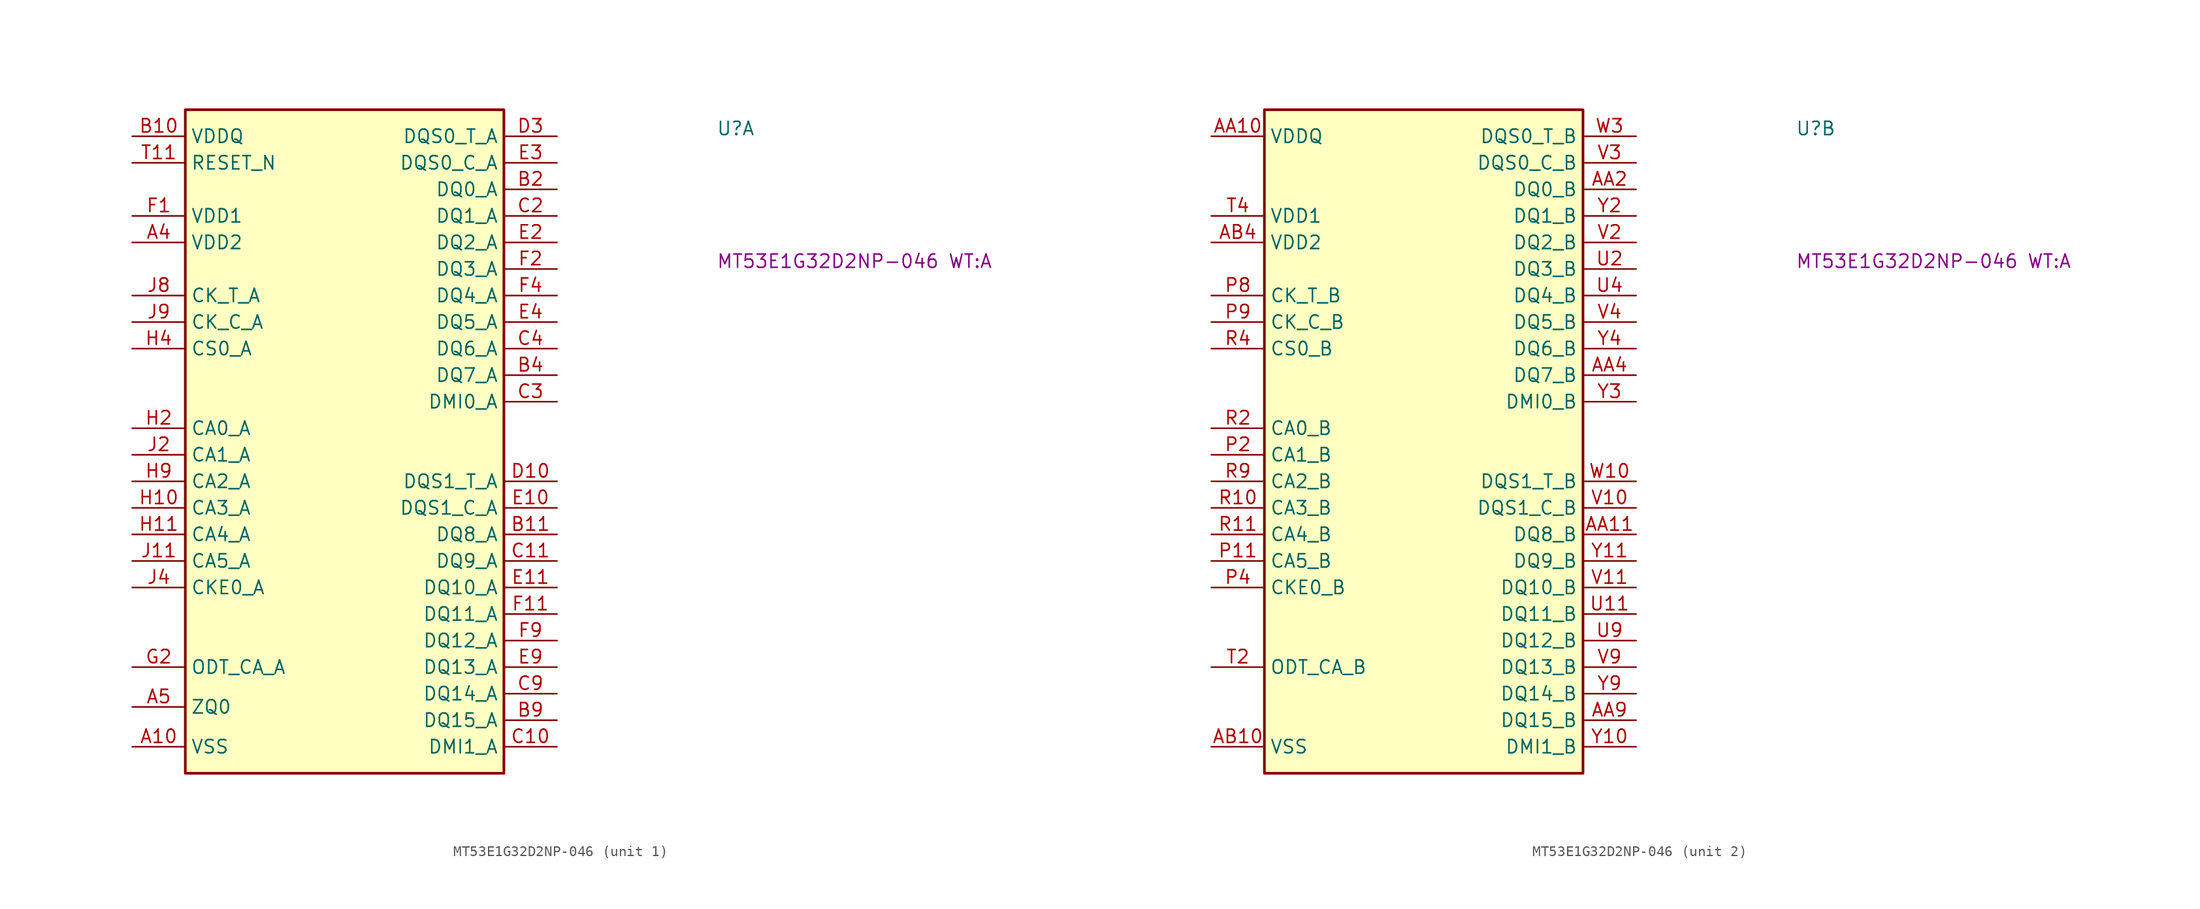
<source format=kicad_sym>
(kicad_symbol_lib
  (version 20220914)
  (generator kicad_symbol_editor)
  (symbol "MT53E1G32D2NP-046"
    (property "Reference" "U"
      (at 55.88 0 0)
      (effects (font (size 1.27 1.27) (thickness 0.15)) (justify left bottom)))
    (property "MPN" "MT53E1G32D2NP-046 WT:A"
      (at 55.88 -12.7 0)
      (effects (font (size 1.27 1.27) (thickness 0.15)) (justify left bottom)))
    (property "ki_locked" ""
      (at 0 0 0)
      (effects (font (size 1.27 1.27))))
    (symbol "MT53E1G32D2NP-046_1_1"
      (rectangle (start 5.08 2.54) (end 35.56 -60.96) (stroke (width 0.254) (type default)) (fill (type background)))
      (pin no_connect line (at 17.78 -60.96 90) (length 5.08) hide (name "DNU" (effects (font (size 1.27 1.27)))) (number "A1" (effects (font (size 1.27 1.27)))))
      (pin power_in line (at 0 -58.42 0) (length 5.08) (name "VSS" (effects (font (size 1.27 1.27)))) (number "A10" (effects (font (size 1.27 1.27)))))
      (pin no_connect line (at 20.32 -60.96 90) (length 5.08) hide (name "DNU" (effects (font (size 1.27 1.27)))) (number "A11" (effects (font (size 1.27 1.27)))))
      (pin no_connect line (at 22.86 -60.96 90) (length 5.08) hide (name "DNU" (effects (font (size 1.27 1.27)))) (number "A12" (effects (font (size 1.27 1.27)))))
      (pin no_connect line (at 5.08 -22.86 0) (length 5.08) hide (name "DNU" (effects (font (size 1.27 1.27)))) (number "A2" (effects (font (size 1.27 1.27)))))
      (pin passive line (at 0 -58.42 0) (length 5.08) hide (name "VSS" (effects (font (size 1.27 1.27)))) (number "A3" (effects (font (size 1.27 1.27)))))
      (pin power_in line (at 0 -10.16 0) (length 5.08) (name "VDD2" (effects (font (size 1.27 1.27)))) (number "A4" (effects (font (size 1.27 1.27)))))
      (pin input line (at 0 -54.61 0) (length 5.08) (name "ZQ0" (effects (font (size 1.27 1.27)))) (number "A5" (effects (font (size 1.27 1.27)))))
      (pin passive line (at 0 -10.16 0) (length 5.08) hide (name "VDD2" (effects (font (size 1.27 1.27)))) (number "A9" (effects (font (size 1.27 1.27)))))
      (pin no_connect line (at 5.08 -45.72 0) (length 5.08) hide (name "DNU" (effects (font (size 1.27 1.27)))) (number "B1" (effects (font (size 1.27 1.27)))))
      (pin power_in line (at 0 0 0) (length 5.08) (name "VDDQ" (effects (font (size 1.27 1.27)))) (number "B10" (effects (font (size 1.27 1.27)))))
      (pin bidirectional line (at 40.64 -38.1 180) (length 5.08) (name "DQ8_A" (effects (font (size 1.27 1.27)))) (number "B11" (effects (font (size 1.27 1.27)))))
      (pin no_connect line (at 5.08 -25.4 0) (length 5.08) hide (name "DNU" (effects (font (size 1.27 1.27)))) (number "B12" (effects (font (size 1.27 1.27)))))
      (pin bidirectional line (at 40.64 -5.08 180) (length 5.08) (name "DQ0_A" (effects (font (size 1.27 1.27)))) (number "B2" (effects (font (size 1.27 1.27)))))
      (pin passive line (at 0 0 0) (length 5.08) hide (name "VDDQ" (effects (font (size 1.27 1.27)))) (number "B3" (effects (font (size 1.27 1.27)))))
      (pin bidirectional line (at 40.64 -22.86 180) (length 5.08) (name "DQ7_A" (effects (font (size 1.27 1.27)))) (number "B4" (effects (font (size 1.27 1.27)))))
      (pin passive line (at 0 0 0) (length 5.08) hide (name "VDDQ" (effects (font (size 1.27 1.27)))) (number "B5" (effects (font (size 1.27 1.27)))))
      (pin passive line (at 0 0 0) (length 5.08) hide (name "VDDQ" (effects (font (size 1.27 1.27)))) (number "B8" (effects (font (size 1.27 1.27)))))
      (pin bidirectional line (at 40.64 -55.88 180) (length 5.08) (name "DQ15_A" (effects (font (size 1.27 1.27)))) (number "B9" (effects (font (size 1.27 1.27)))))
      (pin passive line (at 0 -58.42 0) (length 5.08) hide (name "VSS" (effects (font (size 1.27 1.27)))) (number "C1" (effects (font (size 1.27 1.27)))))
      (pin bidirectional line (at 40.64 -58.42 180) (length 5.08) (name "DMI1_A" (effects (font (size 1.27 1.27)))) (number "C10" (effects (font (size 1.27 1.27)))))
      (pin bidirectional line (at 40.64 -40.64 180) (length 5.08) (name "DQ9_A" (effects (font (size 1.27 1.27)))) (number "C11" (effects (font (size 1.27 1.27)))))
      (pin passive line (at 0 -58.42 0) (length 5.08) hide (name "VSS" (effects (font (size 1.27 1.27)))) (number "C12" (effects (font (size 1.27 1.27)))))
      (pin bidirectional line (at 40.64 -7.62 180) (length 5.08) (name "DQ1_A" (effects (font (size 1.27 1.27)))) (number "C2" (effects (font (size 1.27 1.27)))))
      (pin bidirectional line (at 40.64 -25.4 180) (length 5.08) (name "DMI0_A" (effects (font (size 1.27 1.27)))) (number "C3" (effects (font (size 1.27 1.27)))))
      (pin bidirectional line (at 40.64 -20.32 180) (length 5.08) (name "DQ6_A" (effects (font (size 1.27 1.27)))) (number "C4" (effects (font (size 1.27 1.27)))))
      (pin passive line (at 0 -58.42 0) (length 5.08) hide (name "VSS" (effects (font (size 1.27 1.27)))) (number "C5" (effects (font (size 1.27 1.27)))))
      (pin passive line (at 0 -58.42 0) (length 5.08) hide (name "VSS" (effects (font (size 1.27 1.27)))) (number "C8" (effects (font (size 1.27 1.27)))))
      (pin bidirectional line (at 40.64 -53.34 180) (length 5.08) (name "DQ14_A" (effects (font (size 1.27 1.27)))) (number "C9" (effects (font (size 1.27 1.27)))))
      (pin passive line (at 0 0 0) (length 5.08) hide (name "VDDQ" (effects (font (size 1.27 1.27)))) (number "D1" (effects (font (size 1.27 1.27)))))
      (pin bidirectional line (at 40.64 -33.02 180) (length 5.08) (name "DQS1_T_A" (effects (font (size 1.27 1.27)))) (number "D10" (effects (font (size 1.27 1.27)))))
      (pin passive line (at 0 -58.42 0) (length 5.08) hide (name "VSS" (effects (font (size 1.27 1.27)))) (number "D11" (effects (font (size 1.27 1.27)))))
      (pin passive line (at 0 0 0) (length 5.08) hide (name "VDDQ" (effects (font (size 1.27 1.27)))) (number "D12" (effects (font (size 1.27 1.27)))))
      (pin passive line (at 0 -58.42 0) (length 5.08) hide (name "VSS" (effects (font (size 1.27 1.27)))) (number "D2" (effects (font (size 1.27 1.27)))))
      (pin bidirectional line (at 40.64 0 180) (length 5.08) (name "DQS0_T_A" (effects (font (size 1.27 1.27)))) (number "D3" (effects (font (size 1.27 1.27)))))
      (pin passive line (at 0 -58.42 0) (length 5.08) hide (name "VSS" (effects (font (size 1.27 1.27)))) (number "D4" (effects (font (size 1.27 1.27)))))
      (pin passive line (at 0 0 0) (length 5.08) hide (name "VDDQ" (effects (font (size 1.27 1.27)))) (number "D5" (effects (font (size 1.27 1.27)))))
      (pin passive line (at 0 0 0) (length 5.08) hide (name "VDDQ" (effects (font (size 1.27 1.27)))) (number "D8" (effects (font (size 1.27 1.27)))))
      (pin passive line (at 0 -58.42 0) (length 5.08) hide (name "VSS" (effects (font (size 1.27 1.27)))) (number "D9" (effects (font (size 1.27 1.27)))))
      (pin passive line (at 0 -58.42 0) (length 5.08) hide (name "VSS" (effects (font (size 1.27 1.27)))) (number "E1" (effects (font (size 1.27 1.27)))))
      (pin bidirectional line (at 40.64 -35.56 180) (length 5.08) (name "DQS1_C_A" (effects (font (size 1.27 1.27)))) (number "E10" (effects (font (size 1.27 1.27)))))
      (pin bidirectional line (at 40.64 -43.18 180) (length 5.08) (name "DQ10_A" (effects (font (size 1.27 1.27)))) (number "E11" (effects (font (size 1.27 1.27)))))
      (pin passive line (at 0 -58.42 0) (length 5.08) hide (name "VSS" (effects (font (size 1.27 1.27)))) (number "E12" (effects (font (size 1.27 1.27)))))
      (pin bidirectional line (at 40.64 -10.16 180) (length 5.08) (name "DQ2_A" (effects (font (size 1.27 1.27)))) (number "E2" (effects (font (size 1.27 1.27)))))
      (pin bidirectional line (at 40.64 -2.54 180) (length 5.08) (name "DQS0_C_A" (effects (font (size 1.27 1.27)))) (number "E3" (effects (font (size 1.27 1.27)))))
      (pin bidirectional line (at 40.64 -17.78 180) (length 5.08) (name "DQ5_A" (effects (font (size 1.27 1.27)))) (number "E4" (effects (font (size 1.27 1.27)))))
      (pin passive line (at 0 -58.42 0) (length 5.08) hide (name "VSS" (effects (font (size 1.27 1.27)))) (number "E5" (effects (font (size 1.27 1.27)))))
      (pin passive line (at 0 -58.42 0) (length 5.08) hide (name "VSS" (effects (font (size 1.27 1.27)))) (number "E8" (effects (font (size 1.27 1.27)))))
      (pin bidirectional line (at 40.64 -50.8 180) (length 5.08) (name "DQ13_A" (effects (font (size 1.27 1.27)))) (number "E9" (effects (font (size 1.27 1.27)))))
      (pin power_in line (at 0 -7.62 0) (length 5.08) (name "VDD1" (effects (font (size 1.27 1.27)))) (number "F1" (effects (font (size 1.27 1.27)))))
      (pin passive line (at 0 0 0) (length 5.08) hide (name "VDDQ" (effects (font (size 1.27 1.27)))) (number "F10" (effects (font (size 1.27 1.27)))))
      (pin bidirectional line (at 40.64 -45.72 180) (length 5.08) (name "DQ11_A" (effects (font (size 1.27 1.27)))) (number "F11" (effects (font (size 1.27 1.27)))))
      (pin passive line (at 0 -7.62 0) (length 5.08) hide (name "VDD1" (effects (font (size 1.27 1.27)))) (number "F12" (effects (font (size 1.27 1.27)))))
      (pin bidirectional line (at 40.64 -12.7 180) (length 5.08) (name "DQ3_A" (effects (font (size 1.27 1.27)))) (number "F2" (effects (font (size 1.27 1.27)))))
      (pin passive line (at 0 0 0) (length 5.08) hide (name "VDDQ" (effects (font (size 1.27 1.27)))) (number "F3" (effects (font (size 1.27 1.27)))))
      (pin bidirectional line (at 40.64 -15.24 180) (length 5.08) (name "DQ4_A" (effects (font (size 1.27 1.27)))) (number "F4" (effects (font (size 1.27 1.27)))))
      (pin passive line (at 0 -10.16 0) (length 5.08) hide (name "VDD2" (effects (font (size 1.27 1.27)))) (number "F5" (effects (font (size 1.27 1.27)))))
      (pin passive line (at 0 -10.16 0) (length 5.08) hide (name "VDD2" (effects (font (size 1.27 1.27)))) (number "F8" (effects (font (size 1.27 1.27)))))
      (pin bidirectional line (at 40.64 -48.26 180) (length 5.08) (name "DQ12_A" (effects (font (size 1.27 1.27)))) (number "F9" (effects (font (size 1.27 1.27)))))
      (pin passive line (at 0 -58.42 0) (length 5.08) hide (name "VSS" (effects (font (size 1.27 1.27)))) (number "G1" (effects (font (size 1.27 1.27)))))
      (pin passive line (at 0 -58.42 0) (length 5.08) hide (name "VSS" (effects (font (size 1.27 1.27)))) (number "G10" (effects (font (size 1.27 1.27)))))
      (pin passive line (at 0 -58.42 0) (length 5.08) hide (name "VSS" (effects (font (size 1.27 1.27)))) (number "G12" (effects (font (size 1.27 1.27)))))
      (pin input line (at 0 -50.8 0) (length 5.08) (name "ODT_CA_A" (effects (font (size 1.27 1.27)))) (number "G2" (effects (font (size 1.27 1.27)))))
      (pin passive line (at 0 -58.42 0) (length 5.08) hide (name "VSS" (effects (font (size 1.27 1.27)))) (number "G3" (effects (font (size 1.27 1.27)))))
      (pin passive line (at 0 -7.62 0) (length 5.08) hide (name "VDD1" (effects (font (size 1.27 1.27)))) (number "G4" (effects (font (size 1.27 1.27)))))
      (pin passive line (at 0 -58.42 0) (length 5.08) hide (name "VSS" (effects (font (size 1.27 1.27)))) (number "G5" (effects (font (size 1.27 1.27)))))
      (pin passive line (at 0 -58.42 0) (length 5.08) hide (name "VSS" (effects (font (size 1.27 1.27)))) (number "G8" (effects (font (size 1.27 1.27)))))
      (pin passive line (at 0 -7.62 0) (length 5.08) hide (name "VDD1" (effects (font (size 1.27 1.27)))) (number "G9" (effects (font (size 1.27 1.27)))))
      (pin passive line (at 0 -10.16 0) (length 5.08) hide (name "VDD2" (effects (font (size 1.27 1.27)))) (number "H1" (effects (font (size 1.27 1.27)))))
      (pin input line (at 0 -35.56 0) (length 5.08) (name "CA3_A" (effects (font (size 1.27 1.27)))) (number "H10" (effects (font (size 1.27 1.27)))))
      (pin input line (at 0 -38.1 0) (length 5.08) (name "CA4_A" (effects (font (size 1.27 1.27)))) (number "H11" (effects (font (size 1.27 1.27)))))
      (pin passive line (at 0 -10.16 0) (length 5.08) hide (name "VDD2" (effects (font (size 1.27 1.27)))) (number "H12" (effects (font (size 1.27 1.27)))))
      (pin input line (at 0 -27.94 0) (length 5.08) (name "CA0_A" (effects (font (size 1.27 1.27)))) (number "H2" (effects (font (size 1.27 1.27)))))
      (pin no_connect line (at 5.08 -48.26 0) (length 5.08) hide (name "NC" (effects (font (size 1.27 1.27)))) (number "H3" (effects (font (size 1.27 1.27)))))
      (pin input line (at 0 -20.32 0) (length 5.08) (name "CS0_A" (effects (font (size 1.27 1.27)))) (number "H4" (effects (font (size 1.27 1.27)))))
      (pin passive line (at 0 -10.16 0) (length 5.08) hide (name "VDD2" (effects (font (size 1.27 1.27)))) (number "H5" (effects (font (size 1.27 1.27)))))
      (pin passive line (at 0 -10.16 0) (length 5.08) hide (name "VDD2" (effects (font (size 1.27 1.27)))) (number "H8" (effects (font (size 1.27 1.27)))))
      (pin input line (at 0 -33.02 0) (length 5.08) (name "CA2_A" (effects (font (size 1.27 1.27)))) (number "H9" (effects (font (size 1.27 1.27)))))
      (pin passive line (at 0 -58.42 0) (length 5.08) hide (name "VSS" (effects (font (size 1.27 1.27)))) (number "J1" (effects (font (size 1.27 1.27)))))
      (pin passive line (at 0 -58.42 0) (length 5.08) hide (name "VSS" (effects (font (size 1.27 1.27)))) (number "J10" (effects (font (size 1.27 1.27)))))
      (pin input line (at 0 -40.64 0) (length 5.08) (name "CA5_A" (effects (font (size 1.27 1.27)))) (number "J11" (effects (font (size 1.27 1.27)))))
      (pin passive line (at 0 -58.42 0) (length 5.08) hide (name "VSS" (effects (font (size 1.27 1.27)))) (number "J12" (effects (font (size 1.27 1.27)))))
      (pin input line (at 0 -30.48 0) (length 5.08) (name "CA1_A" (effects (font (size 1.27 1.27)))) (number "J2" (effects (font (size 1.27 1.27)))))
      (pin passive line (at 0 -58.42 0) (length 5.08) hide (name "VSS" (effects (font (size 1.27 1.27)))) (number "J3" (effects (font (size 1.27 1.27)))))
      (pin input line (at 0 -43.18 0) (length 5.08) (name "CKE0_A" (effects (font (size 1.27 1.27)))) (number "J4" (effects (font (size 1.27 1.27)))))
      (pin no_connect line (at 15.24 -60.96 90) (length 5.08) hide (name "NC" (effects (font (size 1.27 1.27)))) (number "J5" (effects (font (size 1.27 1.27)))))
      (pin input line (at 0 -15.24 0) (length 5.08) (name "CK_T_A" (effects (font (size 1.27 1.27)))) (number "J8" (effects (font (size 1.27 1.27)))))
      (pin input line (at 0 -17.78 0) (length 5.08) (name "CK_C_A" (effects (font (size 1.27 1.27)))) (number "J9" (effects (font (size 1.27 1.27)))))
      (pin passive line (at 0 -10.16 0) (length 5.08) hide (name "VDD2" (effects (font (size 1.27 1.27)))) (number "K1" (effects (font (size 1.27 1.27)))))
      (pin passive line (at 0 -10.16 0) (length 5.08) hide (name "VDD2" (effects (font (size 1.27 1.27)))) (number "K10" (effects (font (size 1.27 1.27)))))
      (pin passive line (at 0 -58.42 0) (length 5.08) hide (name "VSS" (effects (font (size 1.27 1.27)))) (number "K11" (effects (font (size 1.27 1.27)))))
      (pin passive line (at 0 -10.16 0) (length 5.08) hide (name "VDD2" (effects (font (size 1.27 1.27)))) (number "K12" (effects (font (size 1.27 1.27)))))
      (pin passive line (at 0 -58.42 0) (length 5.08) hide (name "VSS" (effects (font (size 1.27 1.27)))) (number "K2" (effects (font (size 1.27 1.27)))))
      (pin passive line (at 0 -10.16 0) (length 5.08) hide (name "VDD2" (effects (font (size 1.27 1.27)))) (number "K3" (effects (font (size 1.27 1.27)))))
      (pin passive line (at 0 -58.42 0) (length 5.08) hide (name "VSS" (effects (font (size 1.27 1.27)))) (number "K4" (effects (font (size 1.27 1.27)))))
      (pin no_connect line (at 12.7 -60.96 90) (length 5.08) hide (name "NC" (effects (font (size 1.27 1.27)))) (number "K5" (effects (font (size 1.27 1.27)))))
      (pin no_connect line (at 35.56 -29.21 180) (length 5.08) hide (name "NC" (effects (font (size 1.27 1.27)))) (number "K8" (effects (font (size 1.27 1.27)))))
      (pin passive line (at 0 -58.42 0) (length 5.08) hide (name "VSS" (effects (font (size 1.27 1.27)))) (number "K9" (effects (font (size 1.27 1.27)))))
      (pin input line (at 0 -2.54 0) (length 5.08) (name "RESET_N" (effects (font (size 1.27 1.27)))) (number "T11" (effects (font (size 1.27 1.27))))))
    (symbol "MT53E1G32D2NP-046_2_1"
      (rectangle (start 5.08 2.54) (end 35.56 -60.96) (stroke (width 0.254) (type default)) (fill (type background)))
      (pin no_connect line (at 5.08 -22.86 0) (length 5.08) hide (name "NC" (effects (font (size 1.27 1.27)))) (number "A8" (effects (font (size 1.27 1.27)))))
      (pin no_connect line (at 35.56 -29.21 180) (length 5.08) hide (name "DNU" (effects (font (size 1.27 1.27)))) (number "AA1" (effects (font (size 1.27 1.27)))))
      (pin power_in line (at 0 0 0) (length 5.08) (name "VDDQ" (effects (font (size 1.27 1.27)))) (number "AA10" (effects (font (size 1.27 1.27)))))
      (pin bidirectional line (at 40.64 -38.1 180) (length 5.08) (name "DQ8_B" (effects (font (size 1.27 1.27)))) (number "AA11" (effects (font (size 1.27 1.27)))))
      (pin no_connect line (at 35.56 -29.21 180) (length 5.08) hide (name "DNU" (effects (font (size 1.27 1.27)))) (number "AA12" (effects (font (size 1.27 1.27)))))
      (pin bidirectional line (at 40.64 -5.08 180) (length 5.08) (name "DQ0_B" (effects (font (size 1.27 1.27)))) (number "AA2" (effects (font (size 1.27 1.27)))))
      (pin passive line (at 0 0 0) (length 5.08) hide (name "VDDQ" (effects (font (size 1.27 1.27)))) (number "AA3" (effects (font (size 1.27 1.27)))))
      (pin bidirectional line (at 40.64 -22.86 180) (length 5.08) (name "DQ7_B" (effects (font (size 1.27 1.27)))) (number "AA4" (effects (font (size 1.27 1.27)))))
      (pin passive line (at 0 0 0) (length 5.08) hide (name "VDDQ" (effects (font (size 1.27 1.27)))) (number "AA5" (effects (font (size 1.27 1.27)))))
      (pin passive line (at 0 0 0) (length 5.08) hide (name "VDDQ" (effects (font (size 1.27 1.27)))) (number "AA8" (effects (font (size 1.27 1.27)))))
      (pin bidirectional line (at 40.64 -55.88 180) (length 5.08) (name "DQ15_B" (effects (font (size 1.27 1.27)))) (number "AA9" (effects (font (size 1.27 1.27)))))
      (pin no_connect line (at 35.56 -29.21 180) (length 5.08) hide (name "DNU" (effects (font (size 1.27 1.27)))) (number "AB1" (effects (font (size 1.27 1.27)))))
      (pin power_in line (at 0 -58.42 0) (length 5.08) (name "VSS" (effects (font (size 1.27 1.27)))) (number "AB10" (effects (font (size 1.27 1.27)))))
      (pin no_connect line (at 35.56 -29.21 180) (length 5.08) hide (name "DNU" (effects (font (size 1.27 1.27)))) (number "AB11" (effects (font (size 1.27 1.27)))))
      (pin no_connect line (at 35.56 -29.21 180) (length 5.08) hide (name "DNU" (effects (font (size 1.27 1.27)))) (number "AB12" (effects (font (size 1.27 1.27)))))
      (pin no_connect line (at 35.56 -29.21 180) (length 5.08) hide (name "DNU" (effects (font (size 1.27 1.27)))) (number "AB2" (effects (font (size 1.27 1.27)))))
      (pin passive line (at 0 -58.42 0) (length 5.08) hide (name "VSS" (effects (font (size 1.27 1.27)))) (number "AB3" (effects (font (size 1.27 1.27)))))
      (pin power_in line (at 0 -10.16 0) (length 5.08) (name "VDD2" (effects (font (size 1.27 1.27)))) (number "AB4" (effects (font (size 1.27 1.27)))))
      (pin passive line (at 0 -58.42 0) (length 5.08) hide (name "VSS" (effects (font (size 1.27 1.27)))) (number "AB5" (effects (font (size 1.27 1.27)))))
      (pin passive line (at 0 -58.42 0) (length 5.08) hide (name "VSS" (effects (font (size 1.27 1.27)))) (number "AB8" (effects (font (size 1.27 1.27)))))
      (pin passive line (at 0 -10.16 0) (length 5.08) hide (name "VDD2" (effects (font (size 1.27 1.27)))) (number "AB9" (effects (font (size 1.27 1.27)))))
      (pin no_connect line (at 5.08 -25.4 0) (length 5.08) hide (name "NC" (effects (font (size 1.27 1.27)))) (number "G11" (effects (font (size 1.27 1.27)))))
      (pin passive line (at 0 -10.16 0) (length 5.08) hide (name "VDD2" (effects (font (size 1.27 1.27)))) (number "N1" (effects (font (size 1.27 1.27)))))
      (pin passive line (at 0 -10.16 0) (length 5.08) hide (name "VDD2" (effects (font (size 1.27 1.27)))) (number "N10" (effects (font (size 1.27 1.27)))))
      (pin passive line (at 0 -58.42 0) (length 5.08) hide (name "VSS" (effects (font (size 1.27 1.27)))) (number "N11" (effects (font (size 1.27 1.27)))))
      (pin passive line (at 0 -10.16 0) (length 5.08) hide (name "VDD2" (effects (font (size 1.27 1.27)))) (number "N12" (effects (font (size 1.27 1.27)))))
      (pin passive line (at 0 -58.42 0) (length 5.08) hide (name "VSS" (effects (font (size 1.27 1.27)))) (number "N2" (effects (font (size 1.27 1.27)))))
      (pin passive line (at 0 -10.16 0) (length 5.08) hide (name "VDD2" (effects (font (size 1.27 1.27)))) (number "N3" (effects (font (size 1.27 1.27)))))
      (pin passive line (at 0 -58.42 0) (length 5.08) hide (name "VSS" (effects (font (size 1.27 1.27)))) (number "N4" (effects (font (size 1.27 1.27)))))
      (pin no_connect line (at 5.08 -55.88 0) (length 5.08) hide (name "NC" (effects (font (size 1.27 1.27)))) (number "N5" (effects (font (size 1.27 1.27)))))
      (pin no_connect line (at 5.08 -48.26 0) (length 5.08) hide (name "NC" (effects (font (size 1.27 1.27)))) (number "N8" (effects (font (size 1.27 1.27)))))
      (pin passive line (at 0 -58.42 0) (length 5.08) hide (name "VSS" (effects (font (size 1.27 1.27)))) (number "N9" (effects (font (size 1.27 1.27)))))
      (pin passive line (at 0 -58.42 0) (length 5.08) hide (name "VSS" (effects (font (size 1.27 1.27)))) (number "P1" (effects (font (size 1.27 1.27)))))
      (pin passive line (at 0 -58.42 0) (length 5.08) hide (name "VSS" (effects (font (size 1.27 1.27)))) (number "P10" (effects (font (size 1.27 1.27)))))
      (pin input line (at 0 -40.64 0) (length 5.08) (name "CA5_B" (effects (font (size 1.27 1.27)))) (number "P11" (effects (font (size 1.27 1.27)))))
      (pin passive line (at 0 -58.42 0) (length 5.08) hide (name "VSS" (effects (font (size 1.27 1.27)))) (number "P12" (effects (font (size 1.27 1.27)))))
      (pin input line (at 0 -30.48 0) (length 5.08) (name "CA1_B" (effects (font (size 1.27 1.27)))) (number "P2" (effects (font (size 1.27 1.27)))))
      (pin passive line (at 0 -58.42 0) (length 5.08) hide (name "VSS" (effects (font (size 1.27 1.27)))) (number "P3" (effects (font (size 1.27 1.27)))))
      (pin input line (at 0 -43.18 0) (length 5.08) (name "CKE0_B" (effects (font (size 1.27 1.27)))) (number "P4" (effects (font (size 1.27 1.27)))))
      (pin no_connect line (at 5.08 -45.72 0) (length 5.08) hide (name "NC" (effects (font (size 1.27 1.27)))) (number "P5" (effects (font (size 1.27 1.27)))))
      (pin input line (at 0 -15.24 0) (length 5.08) (name "CK_T_B" (effects (font (size 1.27 1.27)))) (number "P8" (effects (font (size 1.27 1.27)))))
      (pin input line (at 0 -17.78 0) (length 5.08) (name "CK_C_B" (effects (font (size 1.27 1.27)))) (number "P9" (effects (font (size 1.27 1.27)))))
      (pin passive line (at 0 -10.16 0) (length 5.08) hide (name "VDD2" (effects (font (size 1.27 1.27)))) (number "R1" (effects (font (size 1.27 1.27)))))
      (pin input line (at 0 -35.56 0) (length 5.08) (name "CA3_B" (effects (font (size 1.27 1.27)))) (number "R10" (effects (font (size 1.27 1.27)))))
      (pin input line (at 0 -38.1 0) (length 5.08) (name "CA4_B" (effects (font (size 1.27 1.27)))) (number "R11" (effects (font (size 1.27 1.27)))))
      (pin passive line (at 0 -10.16 0) (length 5.08) hide (name "VDD2" (effects (font (size 1.27 1.27)))) (number "R12" (effects (font (size 1.27 1.27)))))
      (pin input line (at 0 -27.94 0) (length 5.08) (name "CA0_B" (effects (font (size 1.27 1.27)))) (number "R2" (effects (font (size 1.27 1.27)))))
      (pin no_connect line (at 5.08 -53.34 0) (length 5.08) hide (name "NC" (effects (font (size 1.27 1.27)))) (number "R3" (effects (font (size 1.27 1.27)))))
      (pin input line (at 0 -20.32 0) (length 5.08) (name "CS0_B" (effects (font (size 1.27 1.27)))) (number "R4" (effects (font (size 1.27 1.27)))))
      (pin passive line (at 0 -10.16 0) (length 5.08) hide (name "VDD2" (effects (font (size 1.27 1.27)))) (number "R5" (effects (font (size 1.27 1.27)))))
      (pin passive line (at 0 -10.16 0) (length 5.08) hide (name "VDD2" (effects (font (size 1.27 1.27)))) (number "R8" (effects (font (size 1.27 1.27)))))
      (pin input line (at 0 -33.02 0) (length 5.08) (name "CA2_B" (effects (font (size 1.27 1.27)))) (number "R9" (effects (font (size 1.27 1.27)))))
      (pin passive line (at 0 -58.42 0) (length 5.08) hide (name "VSS" (effects (font (size 1.27 1.27)))) (number "T1" (effects (font (size 1.27 1.27)))))
      (pin passive line (at 0 -58.42 0) (length 5.08) hide (name "VSS" (effects (font (size 1.27 1.27)))) (number "T10" (effects (font (size 1.27 1.27)))))
      (pin passive line (at 0 -58.42 0) (length 5.08) hide (name "VSS" (effects (font (size 1.27 1.27)))) (number "T12" (effects (font (size 1.27 1.27)))))
      (pin input line (at 0 -50.8 0) (length 5.08) (name "ODT_CA_B" (effects (font (size 1.27 1.27)))) (number "T2" (effects (font (size 1.27 1.27)))))
      (pin passive line (at 0 -58.42 0) (length 5.08) hide (name "VSS" (effects (font (size 1.27 1.27)))) (number "T3" (effects (font (size 1.27 1.27)))))
      (pin power_in line (at 0 -7.62 0) (length 5.08) (name "VDD1" (effects (font (size 1.27 1.27)))) (number "T4" (effects (font (size 1.27 1.27)))))
      (pin passive line (at 0 -58.42 0) (length 5.08) hide (name "VSS" (effects (font (size 1.27 1.27)))) (number "T5" (effects (font (size 1.27 1.27)))))
      (pin passive line (at 0 -58.42 0) (length 5.08) hide (name "VSS" (effects (font (size 1.27 1.27)))) (number "T8" (effects (font (size 1.27 1.27)))))
      (pin passive line (at 0 -7.62 0) (length 5.08) hide (name "VDD1" (effects (font (size 1.27 1.27)))) (number "T9" (effects (font (size 1.27 1.27)))))
      (pin passive line (at 0 -7.62 0) (length 5.08) hide (name "VDD1" (effects (font (size 1.27 1.27)))) (number "U1" (effects (font (size 1.27 1.27)))))
      (pin passive line (at 0 0 0) (length 5.08) hide (name "VDDQ" (effects (font (size 1.27 1.27)))) (number "U10" (effects (font (size 1.27 1.27)))))
      (pin bidirectional line (at 40.64 -45.72 180) (length 5.08) (name "DQ11_B" (effects (font (size 1.27 1.27)))) (number "U11" (effects (font (size 1.27 1.27)))))
      (pin passive line (at 0 -7.62 0) (length 5.08) hide (name "VDD1" (effects (font (size 1.27 1.27)))) (number "U12" (effects (font (size 1.27 1.27)))))
      (pin bidirectional line (at 40.64 -12.7 180) (length 5.08) (name "DQ3_B" (effects (font (size 1.27 1.27)))) (number "U2" (effects (font (size 1.27 1.27)))))
      (pin passive line (at 0 0 0) (length 5.08) hide (name "VDDQ" (effects (font (size 1.27 1.27)))) (number "U3" (effects (font (size 1.27 1.27)))))
      (pin bidirectional line (at 40.64 -15.24 180) (length 5.08) (name "DQ4_B" (effects (font (size 1.27 1.27)))) (number "U4" (effects (font (size 1.27 1.27)))))
      (pin passive line (at 0 -10.16 0) (length 5.08) hide (name "VDD2" (effects (font (size 1.27 1.27)))) (number "U5" (effects (font (size 1.27 1.27)))))
      (pin passive line (at 0 -10.16 0) (length 5.08) hide (name "VDD2" (effects (font (size 1.27 1.27)))) (number "U8" (effects (font (size 1.27 1.27)))))
      (pin bidirectional line (at 40.64 -48.26 180) (length 5.08) (name "DQ12_B" (effects (font (size 1.27 1.27)))) (number "U9" (effects (font (size 1.27 1.27)))))
      (pin passive line (at 0 -58.42 0) (length 5.08) hide (name "VSS" (effects (font (size 1.27 1.27)))) (number "V1" (effects (font (size 1.27 1.27)))))
      (pin bidirectional line (at 40.64 -35.56 180) (length 5.08) (name "DQS1_C_B" (effects (font (size 1.27 1.27)))) (number "V10" (effects (font (size 1.27 1.27)))))
      (pin bidirectional line (at 40.64 -43.18 180) (length 5.08) (name "DQ10_B" (effects (font (size 1.27 1.27)))) (number "V11" (effects (font (size 1.27 1.27)))))
      (pin passive line (at 0 -58.42 0) (length 5.08) hide (name "VSS" (effects (font (size 1.27 1.27)))) (number "V12" (effects (font (size 1.27 1.27)))))
      (pin bidirectional line (at 40.64 -10.16 180) (length 5.08) (name "DQ2_B" (effects (font (size 1.27 1.27)))) (number "V2" (effects (font (size 1.27 1.27)))))
      (pin bidirectional line (at 40.64 -2.54 180) (length 5.08) (name "DQS0_C_B" (effects (font (size 1.27 1.27)))) (number "V3" (effects (font (size 1.27 1.27)))))
      (pin bidirectional line (at 40.64 -17.78 180) (length 5.08) (name "DQ5_B" (effects (font (size 1.27 1.27)))) (number "V4" (effects (font (size 1.27 1.27)))))
      (pin passive line (at 0 -58.42 0) (length 5.08) hide (name "VSS" (effects (font (size 1.27 1.27)))) (number "V5" (effects (font (size 1.27 1.27)))))
      (pin passive line (at 0 -58.42 0) (length 5.08) hide (name "VSS" (effects (font (size 1.27 1.27)))) (number "V8" (effects (font (size 1.27 1.27)))))
      (pin bidirectional line (at 40.64 -50.8 180) (length 5.08) (name "DQ13_B" (effects (font (size 1.27 1.27)))) (number "V9" (effects (font (size 1.27 1.27)))))
      (pin passive line (at 0 0 0) (length 5.08) hide (name "VDDQ" (effects (font (size 1.27 1.27)))) (number "W1" (effects (font (size 1.27 1.27)))))
      (pin bidirectional line (at 40.64 -33.02 180) (length 5.08) (name "DQS1_T_B" (effects (font (size 1.27 1.27)))) (number "W10" (effects (font (size 1.27 1.27)))))
      (pin passive line (at 0 -58.42 0) (length 5.08) hide (name "VSS" (effects (font (size 1.27 1.27)))) (number "W11" (effects (font (size 1.27 1.27)))))
      (pin passive line (at 0 0 0) (length 5.08) hide (name "VDDQ" (effects (font (size 1.27 1.27)))) (number "W12" (effects (font (size 1.27 1.27)))))
      (pin passive line (at 0 -58.42 0) (length 5.08) hide (name "VSS" (effects (font (size 1.27 1.27)))) (number "W2" (effects (font (size 1.27 1.27)))))
      (pin bidirectional line (at 40.64 0 180) (length 5.08) (name "DQS0_T_B" (effects (font (size 1.27 1.27)))) (number "W3" (effects (font (size 1.27 1.27)))))
      (pin passive line (at 0 -58.42 0) (length 5.08) hide (name "VSS" (effects (font (size 1.27 1.27)))) (number "W4" (effects (font (size 1.27 1.27)))))
      (pin passive line (at 0 0 0) (length 5.08) hide (name "VDDQ" (effects (font (size 1.27 1.27)))) (number "W5" (effects (font (size 1.27 1.27)))))
      (pin passive line (at 0 0 0) (length 5.08) hide (name "VDDQ" (effects (font (size 1.27 1.27)))) (number "W8" (effects (font (size 1.27 1.27)))))
      (pin passive line (at 0 -58.42 0) (length 5.08) hide (name "VSS" (effects (font (size 1.27 1.27)))) (number "W9" (effects (font (size 1.27 1.27)))))
      (pin passive line (at 0 -58.42 0) (length 5.08) hide (name "VSS" (effects (font (size 1.27 1.27)))) (number "Y1" (effects (font (size 1.27 1.27)))))
      (pin bidirectional line (at 40.64 -58.42 180) (length 5.08) (name "DMI1_B" (effects (font (size 1.27 1.27)))) (number "Y10" (effects (font (size 1.27 1.27)))))
      (pin bidirectional line (at 40.64 -40.64 180) (length 5.08) (name "DQ9_B" (effects (font (size 1.27 1.27)))) (number "Y11" (effects (font (size 1.27 1.27)))))
      (pin passive line (at 0 -58.42 0) (length 5.08) hide (name "VSS" (effects (font (size 1.27 1.27)))) (number "Y12" (effects (font (size 1.27 1.27)))))
      (pin bidirectional line (at 40.64 -7.62 180) (length 5.08) (name "DQ1_B" (effects (font (size 1.27 1.27)))) (number "Y2" (effects (font (size 1.27 1.27)))))
      (pin bidirectional line (at 40.64 -25.4 180) (length 5.08) (name "DMI0_B" (effects (font (size 1.27 1.27)))) (number "Y3" (effects (font (size 1.27 1.27)))))
      (pin bidirectional line (at 40.64 -20.32 180) (length 5.08) (name "DQ6_B" (effects (font (size 1.27 1.27)))) (number "Y4" (effects (font (size 1.27 1.27)))))
      (pin passive line (at 0 -58.42 0) (length 5.08) hide (name "VSS" (effects (font (size 1.27 1.27)))) (number "Y5" (effects (font (size 1.27 1.27)))))
      (pin passive line (at 0 -58.42 0) (length 5.08) hide (name "VSS" (effects (font (size 1.27 1.27)))) (number "Y8" (effects (font (size 1.27 1.27)))))
      (pin bidirectional line (at 40.64 -53.34 180) (length 5.08) (name "DQ14_B" (effects (font (size 1.27 1.27)))) (number "Y9" (effects (font (size 1.27 1.27))))))))
</source>
